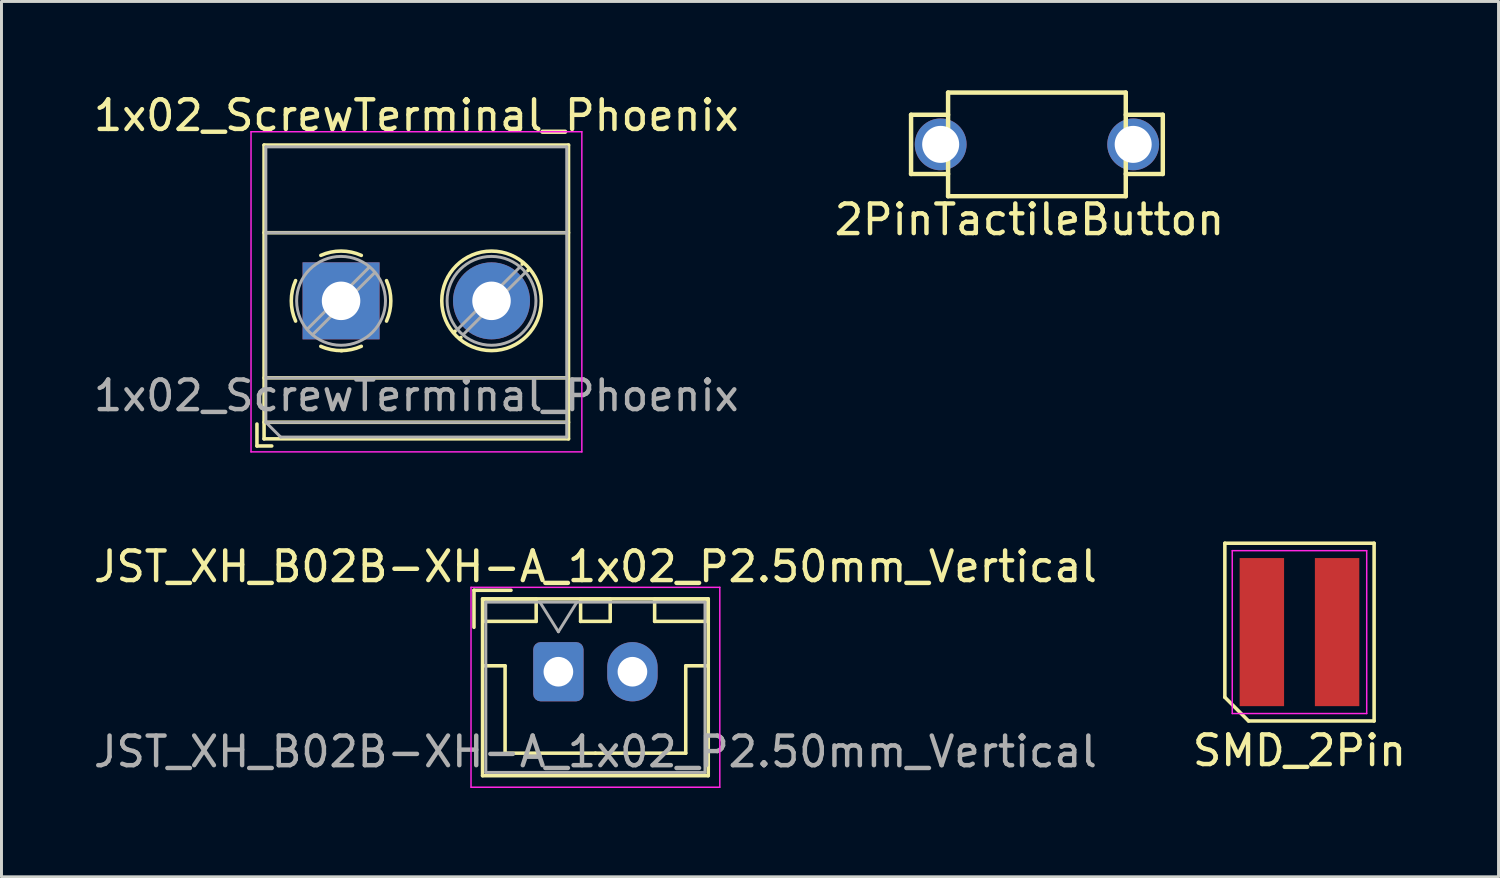
<source format=kicad_pcb>
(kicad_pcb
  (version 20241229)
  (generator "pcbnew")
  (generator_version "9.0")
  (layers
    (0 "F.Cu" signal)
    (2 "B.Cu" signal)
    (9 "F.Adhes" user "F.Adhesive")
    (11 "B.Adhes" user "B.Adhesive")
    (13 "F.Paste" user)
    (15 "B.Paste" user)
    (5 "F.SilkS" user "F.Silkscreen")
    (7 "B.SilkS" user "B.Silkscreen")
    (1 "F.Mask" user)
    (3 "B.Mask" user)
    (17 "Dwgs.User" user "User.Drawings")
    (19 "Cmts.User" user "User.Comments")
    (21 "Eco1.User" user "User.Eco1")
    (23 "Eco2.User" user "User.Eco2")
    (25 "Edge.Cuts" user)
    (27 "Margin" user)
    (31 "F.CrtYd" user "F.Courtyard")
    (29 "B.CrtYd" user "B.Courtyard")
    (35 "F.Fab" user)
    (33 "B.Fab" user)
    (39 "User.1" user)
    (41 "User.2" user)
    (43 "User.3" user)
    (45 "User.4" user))
  (footprint "1x02_ScrewTerminal_Phoenix"
    (layer "F.Cu")
    (at 8.466 7.108)
    (property "Reference" "1x02_ScrewTerminal_Phoenix" (at 2.54 -6.26 0) (layer "F.SilkS") (effects (font (size 1 1) (thickness 0.15))))
    (attr through_hole)
    (fp_line (start -2.84 4.16) (end -2.84 4.9) (stroke (width 0.12) (type solid)) (layer "F.SilkS"))
    (fp_line (start -2.84 4.9) (end -2.34 4.9) (stroke (width 0.12) (type solid)) (layer "F.SilkS"))
    (fp_line (start -2.6 -5.261) (end -2.6 4.66) (stroke (width 0.12) (type solid)) (layer "F.SilkS"))
    (fp_line (start -2.6 -5.261) (end 7.68 -5.261) (stroke (width 0.12) (type solid)) (layer "F.SilkS"))
    (fp_line (start -2.6 -2.301) (end 7.68 -2.301) (stroke (width 0.12) (type solid)) (layer "F.SilkS"))
    (fp_line (start -2.6 2.6) (end 7.68 2.6) (stroke (width 0.12) (type solid)) (layer "F.SilkS"))
    (fp_line (start -2.6 4.1) (end 7.68 4.1) (stroke (width 0.12) (type solid)) (layer "F.SilkS"))
    (fp_line (start -2.6 4.66) (end 7.68 4.66) (stroke (width 0.12) (type solid)) (layer "F.SilkS"))
    (fp_line (start 3.853 1.023) (end 3.806 1.069) (stroke (width 0.12) (type solid)) (layer "F.SilkS"))
    (fp_line (start 4.046 1.239) (end 4.011 1.274) (stroke (width 0.12) (type solid)) (layer "F.SilkS"))
    (fp_line (start 6.15 -1.275) (end 6.115 -1.239) (stroke (width 0.12) (type solid)) (layer "F.SilkS"))
    (fp_line (start 6.355 -1.069) (end 6.308 -1.023) (stroke (width 0.12) (type solid)) (layer "F.SilkS"))
    (fp_line (start 7.68 -5.261) (end 7.68 4.66) (stroke (width 0.12) (type solid)) (layer "F.SilkS"))
    (fp_arc (start -1.535427 0.683042) (mid -1.680501 -0.000524) (end -1.535 -0.684) (stroke (width 0.12) (type solid)) (layer "F.SilkS"))
    (fp_arc (start -0.683042 -1.535427) (mid 0.000524 -1.680501) (end 0.684 -1.535) (stroke (width 0.12) (type solid)) (layer "F.SilkS"))
    (fp_arc (start 0.028805 1.680253) (mid -0.335551 1.646659) (end -0.684 1.535) (stroke (width 0.12) (type solid)) (layer "F.SilkS"))
    (fp_arc (start 0.683318 1.534756) (mid 0.349292 1.643288) (end 0 1.68) (stroke (width 0.12) (type solid)) (layer "F.SilkS"))
    (fp_arc (start 1.535427 -0.683042) (mid 1.680501 0.000524) (end 1.535 0.684) (stroke (width 0.12) (type solid)) (layer "F.SilkS"))
    (fp_circle (center 5.08 0) (end 6.76 0) (stroke (width 0.12) (type solid)) (fill no) (layer "F.SilkS"))
    (fp_line (start -3.04 -5.71) (end -3.04 5.1) (stroke (width 0.05) (type solid)) (layer "F.CrtYd"))
    (fp_line (start -3.04 5.1) (end 8.13 5.1) (stroke (width 0.05) (type solid)) (layer "F.CrtYd"))
    (fp_line (start 8.13 -5.71) (end -3.04 -5.71) (stroke (width 0.05) (type solid)) (layer "F.CrtYd"))
    (fp_line (start 8.13 5.1) (end 8.13 -5.71) (stroke (width 0.05) (type solid)) (layer "F.CrtYd"))
    (fp_line (start -2.54 -5.2) (end 7.62 -5.2) (stroke (width 0.1) (type solid)) (layer "F.Fab"))
    (fp_line (start -2.54 -2.3) (end 7.62 -2.3) (stroke (width 0.1) (type solid)) (layer "F.Fab"))
    (fp_line (start -2.54 2.6) (end 7.62 2.6) (stroke (width 0.1) (type solid)) (layer "F.Fab"))
    (fp_line (start -2.54 4.1) (end -2.54 -5.2) (stroke (width 0.1) (type solid)) (layer "F.Fab"))
    (fp_line (start -2.54 4.1) (end 7.62 4.1) (stroke (width 0.1) (type solid)) (layer "F.Fab"))
    (fp_line (start -2.04 4.6) (end -2.54 4.1) (stroke (width 0.1) (type solid)) (layer "F.Fab"))
    (fp_line (start 0.955 -1.138) (end -1.138 0.955) (stroke (width 0.1) (type solid)) (layer "F.Fab"))
    (fp_line (start 1.138 -0.955) (end -0.955 1.138) (stroke (width 0.1) (type solid)) (layer "F.Fab"))
    (fp_line (start 6.035 -1.138) (end 3.943 0.955) (stroke (width 0.1) (type solid)) (layer "F.Fab"))
    (fp_line (start 6.218 -0.955) (end 4.126 1.138) (stroke (width 0.1) (type solid)) (layer "F.Fab"))
    (fp_line (start 7.62 -5.2) (end 7.62 4.6) (stroke (width 0.1) (type solid)) (layer "F.Fab"))
    (fp_line (start 7.62 4.6) (end -2.04 4.6) (stroke (width 0.1) (type solid)) (layer "F.Fab"))
    (fp_circle (center 0 0) (end 1.5 0) (stroke (width 0.1) (type solid)) (fill no) (layer "F.Fab"))
    (fp_circle (center 5.08 0) (end 6.58 0) (stroke (width 0.1) (type solid)) (fill no) (layer "F.Fab"))
    (fp_text user "${REFERENCE}" (at 2.54 3.2 0) (layer "F.Fab") (effects (font (size 1 1) (thickness 0.15))))
    (pad "1" thru_hole rect (at 0 0) (size 2.6 2.6) (drill 1.3) (layers "*.Cu" "*.Mask"))
    (pad "2" thru_hole circle (at 5.08 0) (size 2.6 2.6) (drill 1.3) (layers "*.Cu" "*.Mask")))
  (footprint "SMD_2Pin"
    (layer "F.Cu")
    (at 40.827 18.293)
    (property "Reference" "SMD_2Pin" (at 0 4 0) (layer "F.SilkS") (effects (font (size 1 1) (thickness 0.15))))
    (attr smd)
    (fp_line (start -2.52 -3) (end 2.52 -3) (stroke (width 0.12) (type solid)) (layer "F.SilkS"))
    (fp_line (start -2.52 2.2) (end -2.52 -3) (stroke (width 0.12) (type solid)) (layer "F.SilkS"))
    (fp_line (start -1.72 3) (end -2.52 2.2) (stroke (width 0.12) (type solid)) (layer "F.SilkS"))
    (fp_line (start 2.52 -3) (end 2.52 3) (stroke (width 0.12) (type solid)) (layer "F.SilkS"))
    (fp_line (start 2.52 3) (end -1.72 3) (stroke (width 0.12) (type solid)) (layer "F.SilkS"))
    (fp_line (start -2.27 -2.75) (end 2.27 -2.75) (stroke (width 0.05) (type solid)) (layer "F.CrtYd"))
    (fp_line (start -2.27 2.75) (end -2.27 -2.75) (stroke (width 0.05) (type solid)) (layer "F.CrtYd"))
    (fp_line (start 2.27 -2.75) (end 2.27 2.75) (stroke (width 0.05) (type solid)) (layer "F.CrtYd"))
    (fp_line (start 2.27 2.75) (end -2.27 2.75) (stroke (width 0.05) (type solid)) (layer "F.CrtYd"))
    (pad "1" smd rect (at -1.27 0) (size 1.5 5) (layers "F.Cu" "F.Mask" "F.Paste"))
    (pad "2" smd rect (at 1.27 0) (size 1.5 5) (layers "F.Cu" "F.Mask" "F.Paste")))
  (footprint "JST_XH_B02B-XH-A_1x02_P2.50mm_Vertical"
    (layer "F.Cu")
    (at 15.804 19.631)
    (property "Reference" "JST_XH_B02B-XH-A_1x02_P2.50mm_Vertical" (at 1.25 -3.55 0) (layer "F.SilkS") (effects (font (size 1 1) (thickness 0.15))))
    (attr through_hole)
    (fp_line (start -2.85 -2.75) (end -2.85 -1.5) (stroke (width 0.12) (type solid)) (layer "F.SilkS"))
    (fp_line (start -2.56 -2.46) (end -2.56 3.51) (stroke (width 0.12) (type solid)) (layer "F.SilkS"))
    (fp_line (start -2.56 3.51) (end 5.06 3.51) (stroke (width 0.12) (type solid)) (layer "F.SilkS"))
    (fp_line (start -2.55 -2.45) (end -2.55 -1.7) (stroke (width 0.12) (type solid)) (layer "F.SilkS"))
    (fp_line (start -2.55 -1.7) (end -0.75 -1.7) (stroke (width 0.12) (type solid)) (layer "F.SilkS"))
    (fp_line (start -2.55 -0.2) (end -1.8 -0.2) (stroke (width 0.12) (type solid)) (layer "F.SilkS"))
    (fp_line (start -1.8 -0.2) (end -1.8 2.75) (stroke (width 0.12) (type solid)) (layer "F.SilkS"))
    (fp_line (start -1.8 2.75) (end 1.25 2.75) (stroke (width 0.12) (type solid)) (layer "F.SilkS"))
    (fp_line (start -1.6 -2.75) (end -2.85 -2.75) (stroke (width 0.12) (type solid)) (layer "F.SilkS"))
    (fp_line (start -0.75 -2.45) (end -2.55 -2.45) (stroke (width 0.12) (type solid)) (layer "F.SilkS"))
    (fp_line (start -0.75 -1.7) (end -0.75 -2.45) (stroke (width 0.12) (type solid)) (layer "F.SilkS"))
    (fp_line (start 0.75 -2.45) (end 0.75 -1.7) (stroke (width 0.12) (type solid)) (layer "F.SilkS"))
    (fp_line (start 0.75 -1.7) (end 1.75 -1.7) (stroke (width 0.12) (type solid)) (layer "F.SilkS"))
    (fp_line (start 1.75 -2.45) (end 0.75 -2.45) (stroke (width 0.12) (type solid)) (layer "F.SilkS"))
    (fp_line (start 1.75 -1.7) (end 1.75 -2.45) (stroke (width 0.12) (type solid)) (layer "F.SilkS"))
    (fp_line (start 3.25 -2.45) (end 3.25 -1.7) (stroke (width 0.12) (type solid)) (layer "F.SilkS"))
    (fp_line (start 3.25 -1.7) (end 5.05 -1.7) (stroke (width 0.12) (type solid)) (layer "F.SilkS"))
    (fp_line (start 4.3 -0.2) (end 4.3 2.75) (stroke (width 0.12) (type solid)) (layer "F.SilkS"))
    (fp_line (start 4.3 2.75) (end 1.25 2.75) (stroke (width 0.12) (type solid)) (layer "F.SilkS"))
    (fp_line (start 5.05 -2.45) (end 3.25 -2.45) (stroke (width 0.12) (type solid)) (layer "F.SilkS"))
    (fp_line (start 5.05 -1.7) (end 5.05 -2.45) (stroke (width 0.12) (type solid)) (layer "F.SilkS"))
    (fp_line (start 5.05 -0.2) (end 4.3 -0.2) (stroke (width 0.12) (type solid)) (layer "F.SilkS"))
    (fp_line (start 5.06 -2.46) (end -2.56 -2.46) (stroke (width 0.12) (type solid)) (layer "F.SilkS"))
    (fp_line (start 5.06 3.51) (end 5.06 -2.46) (stroke (width 0.12) (type solid)) (layer "F.SilkS"))
    (fp_line (start -2.95 -2.85) (end -2.95 3.9) (stroke (width 0.05) (type solid)) (layer "F.CrtYd"))
    (fp_line (start -2.95 3.9) (end 5.45 3.9) (stroke (width 0.05) (type solid)) (layer "F.CrtYd"))
    (fp_line (start 5.45 -2.85) (end -2.95 -2.85) (stroke (width 0.05) (type solid)) (layer "F.CrtYd"))
    (fp_line (start 5.45 3.9) (end 5.45 -2.85) (stroke (width 0.05) (type solid)) (layer "F.CrtYd"))
    (fp_line (start -2.45 -2.35) (end -2.45 3.4) (stroke (width 0.1) (type solid)) (layer "F.Fab"))
    (fp_line (start -2.45 3.4) (end 4.95 3.4) (stroke (width 0.1) (type solid)) (layer "F.Fab"))
    (fp_line (start -0.625 -2.35) (end 0 -1.35) (stroke (width 0.1) (type solid)) (layer "F.Fab"))
    (fp_line (start 0 -1.35) (end 0.625 -2.35) (stroke (width 0.1) (type solid)) (layer "F.Fab"))
    (fp_line (start 4.95 -2.35) (end -2.45 -2.35) (stroke (width 0.1) (type solid)) (layer "F.Fab"))
    (fp_line (start 4.95 3.4) (end 4.95 -2.35) (stroke (width 0.1) (type solid)) (layer "F.Fab"))
    (fp_text user "${REFERENCE}" (at 1.25 2.7 0) (layer "F.Fab") (effects (font (size 1 1) (thickness 0.15))))
    (pad "1" thru_hole roundrect (at 0 0) (size 1.7 2) (drill 1) (layers "*.Cu" "*.Mask") (roundrect_rratio 0.147))
    (pad "2" thru_hole oval (at 2.5 0) (size 1.7 2) (drill 1) (layers "*.Cu" "*.Mask")))
  (footprint "2PinTactileButton"
    (layer "F.Cu")
    (at 31.962 1.825)
    (property "Reference" "2PinTactileButton" (at -0.254 2.54 0) (layer "F.SilkS") (effects (font (size 1 1) (thickness 0.15))))
    (attr through_hole)
    (fp_line (start -4.25 -1) (end -3 -1) (stroke (width 0.15) (type solid)) (layer "F.SilkS"))
    (fp_line (start -4.25 1) (end -4.25 -1) (stroke (width 0.15) (type solid)) (layer "F.SilkS"))
    (fp_line (start -3 -1.75) (end -3 1.75) (stroke (width 0.15) (type solid)) (layer "F.SilkS"))
    (fp_line (start -3 -1.75) (end 3 -1.75) (stroke (width 0.15) (type solid)) (layer "F.SilkS"))
    (fp_line (start -3 1) (end -4.25 1) (stroke (width 0.15) (type solid)) (layer "F.SilkS"))
    (fp_line (start 3 -1) (end 4.25 -1) (stroke (width 0.15) (type solid)) (layer "F.SilkS"))
    (fp_line (start 3 1.75) (end -3 1.75) (stroke (width 0.15) (type solid)) (layer "F.SilkS"))
    (fp_line (start 3 1.75) (end 3 -1.75) (stroke (width 0.15) (type solid)) (layer "F.SilkS"))
    (fp_line (start 4.25 -1) (end 4.25 1) (stroke (width 0.15) (type solid)) (layer "F.SilkS"))
    (fp_line (start 4.25 1) (end 3 1) (stroke (width 0.15) (type solid)) (layer "F.SilkS"))
    (pad "1" thru_hole circle (at 3.25 0) (size 1.75 1.75) (drill 1.25) (layers "*.Cu" "*.Mask"))
    (pad "2" thru_hole circle (at -3.25 0) (size 1.75 1.75) (drill 1.25) (layers "*.Cu" "*.Mask")))
  (gr_rect
    (start -3 -3)
    (end 47.548 26.556)
    (stroke (width 0.1) (type default))
    (fill no)
    (layer "Edge.Cuts")))
</source>
